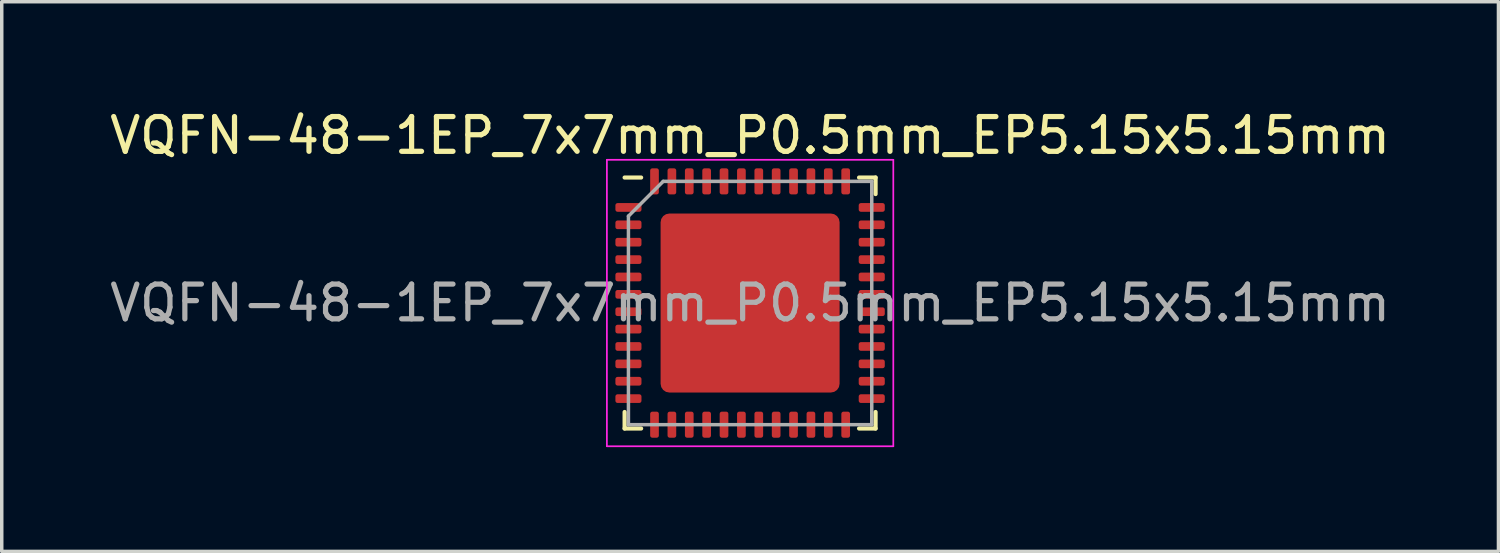
<source format=kicad_pcb>
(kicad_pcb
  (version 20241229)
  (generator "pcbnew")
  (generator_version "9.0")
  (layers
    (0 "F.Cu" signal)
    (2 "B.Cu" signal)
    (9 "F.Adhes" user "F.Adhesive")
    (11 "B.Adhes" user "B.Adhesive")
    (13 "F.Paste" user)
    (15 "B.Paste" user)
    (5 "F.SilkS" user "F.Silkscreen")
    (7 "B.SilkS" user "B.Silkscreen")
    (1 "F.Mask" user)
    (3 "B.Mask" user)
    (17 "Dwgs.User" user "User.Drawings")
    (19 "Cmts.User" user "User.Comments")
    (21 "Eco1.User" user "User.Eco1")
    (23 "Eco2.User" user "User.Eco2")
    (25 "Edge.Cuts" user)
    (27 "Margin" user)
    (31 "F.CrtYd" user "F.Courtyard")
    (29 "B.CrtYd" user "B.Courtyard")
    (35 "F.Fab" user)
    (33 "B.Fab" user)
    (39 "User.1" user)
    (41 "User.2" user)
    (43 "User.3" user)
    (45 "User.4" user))
  (footprint "VQFN-48-1EP_7x7mm_P0.5mm_EP5.15x5.15mm"
    (layer "F.Cu")
    (at 18.53 5.668)
    (property "Reference" "VQFN-48-1EP_7x7mm_P0.5mm_EP5.15x5.15mm" (at 0 -4.82 0) (layer "F.SilkS") (effects (font (size 1 1) (thickness 0.15))))
    (attr smd)
    (fp_line (start -3.61 3.61) (end -3.61 3.135) (stroke (width 0.12) (type solid)) (layer "F.SilkS"))
    (fp_line (start -3.135 -3.61) (end -3.61 -3.61) (stroke (width 0.12) (type solid)) (layer "F.SilkS"))
    (fp_line (start -3.135 3.61) (end -3.61 3.61) (stroke (width 0.12) (type solid)) (layer "F.SilkS"))
    (fp_line (start 3.135 -3.61) (end 3.61 -3.61) (stroke (width 0.12) (type solid)) (layer "F.SilkS"))
    (fp_line (start 3.135 3.61) (end 3.61 3.61) (stroke (width 0.12) (type solid)) (layer "F.SilkS"))
    (fp_line (start 3.61 -3.61) (end 3.61 -3.135) (stroke (width 0.12) (type solid)) (layer "F.SilkS"))
    (fp_line (start 3.61 3.61) (end 3.61 3.135) (stroke (width 0.12) (type solid)) (layer "F.SilkS"))
    (fp_line (start -4.12 -4.12) (end -4.12 4.12) (stroke (width 0.05) (type solid)) (layer "F.CrtYd"))
    (fp_line (start -4.12 4.12) (end 4.12 4.12) (stroke (width 0.05) (type solid)) (layer "F.CrtYd"))
    (fp_line (start 4.12 -4.12) (end -4.12 -4.12) (stroke (width 0.05) (type solid)) (layer "F.CrtYd"))
    (fp_line (start 4.12 4.12) (end 4.12 -4.12) (stroke (width 0.05) (type solid)) (layer "F.CrtYd"))
    (fp_line (start -3.5 -2.5) (end -2.5 -3.5) (stroke (width 0.1) (type solid)) (layer "F.Fab"))
    (fp_line (start -3.5 3.5) (end -3.5 -2.5) (stroke (width 0.1) (type solid)) (layer "F.Fab"))
    (fp_line (start -2.5 -3.5) (end 3.5 -3.5) (stroke (width 0.1) (type solid)) (layer "F.Fab"))
    (fp_line (start 3.5 -3.5) (end 3.5 3.5) (stroke (width 0.1) (type solid)) (layer "F.Fab"))
    (fp_line (start 3.5 3.5) (end -3.5 3.5) (stroke (width 0.1) (type solid)) (layer "F.Fab"))
    (fp_text user "${REFERENCE}" (at 0 0 0) (layer "F.Fab") (effects (font (size 1 1) (thickness 0.15))))
    (pad "" smd roundrect (at -1.29 -1.29) (size 2.08 2.08) (layers "F.Paste") (roundrect_rratio 0.12))
    (pad "" smd roundrect (at -1.29 1.29) (size 2.08 2.08) (layers "F.Paste") (roundrect_rratio 0.12))
    (pad "" smd roundrect (at 1.29 -1.29) (size 2.08 2.08) (layers "F.Paste") (roundrect_rratio 0.12))
    (pad "" smd roundrect (at 1.29 1.29) (size 2.08 2.08) (layers "F.Paste") (roundrect_rratio 0.12))
    (pad "1" smd roundrect (at -3.5 -2.75) (size 0.75 0.25) (layers "F.Cu" "F.Mask" "F.Paste") (roundrect_rratio 0.25))
    (pad "2" smd roundrect (at -3.5 -2.25) (size 0.75 0.25) (layers "F.Cu" "F.Mask" "F.Paste") (roundrect_rratio 0.25))
    (pad "3" smd roundrect (at -3.5 -1.75) (size 0.75 0.25) (layers "F.Cu" "F.Mask" "F.Paste") (roundrect_rratio 0.25))
    (pad "4" smd roundrect (at -3.5 -1.25) (size 0.75 0.25) (layers "F.Cu" "F.Mask" "F.Paste") (roundrect_rratio 0.25))
    (pad "5" smd roundrect (at -3.5 -0.75) (size 0.75 0.25) (layers "F.Cu" "F.Mask" "F.Paste") (roundrect_rratio 0.25))
    (pad "6" smd roundrect (at -3.5 -0.25) (size 0.75 0.25) (layers "F.Cu" "F.Mask" "F.Paste") (roundrect_rratio 0.25))
    (pad "7" smd roundrect (at -3.5 0.25) (size 0.75 0.25) (layers "F.Cu" "F.Mask" "F.Paste") (roundrect_rratio 0.25))
    (pad "8" smd roundrect (at -3.5 0.75) (size 0.75 0.25) (layers "F.Cu" "F.Mask" "F.Paste") (roundrect_rratio 0.25))
    (pad "9" smd roundrect (at -3.5 1.25) (size 0.75 0.25) (layers "F.Cu" "F.Mask" "F.Paste") (roundrect_rratio 0.25))
    (pad "10" smd roundrect (at -3.5 1.75) (size 0.75 0.25) (layers "F.Cu" "F.Mask" "F.Paste") (roundrect_rratio 0.25))
    (pad "11" smd roundrect (at -3.5 2.25) (size 0.75 0.25) (layers "F.Cu" "F.Mask" "F.Paste") (roundrect_rratio 0.25))
    (pad "12" smd roundrect (at -3.5 2.75) (size 0.75 0.25) (layers "F.Cu" "F.Mask" "F.Paste") (roundrect_rratio 0.25))
    (pad "13" smd roundrect (at -2.75 3.5) (size 0.25 0.75) (layers "F.Cu" "F.Mask" "F.Paste") (roundrect_rratio 0.25))
    (pad "14" smd roundrect (at -2.25 3.5) (size 0.25 0.75) (layers "F.Cu" "F.Mask" "F.Paste") (roundrect_rratio 0.25))
    (pad "15" smd roundrect (at -1.75 3.5) (size 0.25 0.75) (layers "F.Cu" "F.Mask" "F.Paste") (roundrect_rratio 0.25))
    (pad "16" smd roundrect (at -1.25 3.5) (size 0.25 0.75) (layers "F.Cu" "F.Mask" "F.Paste") (roundrect_rratio 0.25))
    (pad "17" smd roundrect (at -0.75 3.5) (size 0.25 0.75) (layers "F.Cu" "F.Mask" "F.Paste") (roundrect_rratio 0.25))
    (pad "18" smd roundrect (at -0.25 3.5) (size 0.25 0.75) (layers "F.Cu" "F.Mask" "F.Paste") (roundrect_rratio 0.25))
    (pad "19" smd roundrect (at 0.25 3.5) (size 0.25 0.75) (layers "F.Cu" "F.Mask" "F.Paste") (roundrect_rratio 0.25))
    (pad "20" smd roundrect (at 0.75 3.5) (size 0.25 0.75) (layers "F.Cu" "F.Mask" "F.Paste") (roundrect_rratio 0.25))
    (pad "21" smd roundrect (at 1.25 3.5) (size 0.25 0.75) (layers "F.Cu" "F.Mask" "F.Paste") (roundrect_rratio 0.25))
    (pad "22" smd roundrect (at 1.75 3.5) (size 0.25 0.75) (layers "F.Cu" "F.Mask" "F.Paste") (roundrect_rratio 0.25))
    (pad "23" smd roundrect (at 2.25 3.5) (size 0.25 0.75) (layers "F.Cu" "F.Mask" "F.Paste") (roundrect_rratio 0.25))
    (pad "24" smd roundrect (at 2.75 3.5) (size 0.25 0.75) (layers "F.Cu" "F.Mask" "F.Paste") (roundrect_rratio 0.25))
    (pad "25" smd roundrect (at 3.5 2.75) (size 0.75 0.25) (layers "F.Cu" "F.Mask" "F.Paste") (roundrect_rratio 0.25))
    (pad "26" smd roundrect (at 3.5 2.25) (size 0.75 0.25) (layers "F.Cu" "F.Mask" "F.Paste") (roundrect_rratio 0.25))
    (pad "27" smd roundrect (at 3.5 1.75) (size 0.75 0.25) (layers "F.Cu" "F.Mask" "F.Paste") (roundrect_rratio 0.25))
    (pad "28" smd roundrect (at 3.5 1.25) (size 0.75 0.25) (layers "F.Cu" "F.Mask" "F.Paste") (roundrect_rratio 0.25))
    (pad "29" smd roundrect (at 3.5 0.75) (size 0.75 0.25) (layers "F.Cu" "F.Mask" "F.Paste") (roundrect_rratio 0.25))
    (pad "30" smd roundrect (at 3.5 0.25) (size 0.75 0.25) (layers "F.Cu" "F.Mask" "F.Paste") (roundrect_rratio 0.25))
    (pad "31" smd roundrect (at 3.5 -0.25) (size 0.75 0.25) (layers "F.Cu" "F.Mask" "F.Paste") (roundrect_rratio 0.25))
    (pad "32" smd roundrect (at 3.5 -0.75) (size 0.75 0.25) (layers "F.Cu" "F.Mask" "F.Paste") (roundrect_rratio 0.25))
    (pad "33" smd roundrect (at 3.5 -1.25) (size 0.75 0.25) (layers "F.Cu" "F.Mask" "F.Paste") (roundrect_rratio 0.25))
    (pad "34" smd roundrect (at 3.5 -1.75) (size 0.75 0.25) (layers "F.Cu" "F.Mask" "F.Paste") (roundrect_rratio 0.25))
    (pad "35" smd roundrect (at 3.5 -2.25) (size 0.75 0.25) (layers "F.Cu" "F.Mask" "F.Paste") (roundrect_rratio 0.25))
    (pad "36" smd roundrect (at 3.5 -2.75) (size 0.75 0.25) (layers "F.Cu" "F.Mask" "F.Paste") (roundrect_rratio 0.25))
    (pad "37" smd roundrect (at 2.75 -3.5) (size 0.25 0.75) (layers "F.Cu" "F.Mask" "F.Paste") (roundrect_rratio 0.25))
    (pad "38" smd roundrect (at 2.25 -3.5) (size 0.25 0.75) (layers "F.Cu" "F.Mask" "F.Paste") (roundrect_rratio 0.25))
    (pad "39" smd roundrect (at 1.75 -3.5) (size 0.25 0.75) (layers "F.Cu" "F.Mask" "F.Paste") (roundrect_rratio 0.25))
    (pad "40" smd roundrect (at 1.25 -3.5) (size 0.25 0.75) (layers "F.Cu" "F.Mask" "F.Paste") (roundrect_rratio 0.25))
    (pad "41" smd roundrect (at 0.75 -3.5) (size 0.25 0.75) (layers "F.Cu" "F.Mask" "F.Paste") (roundrect_rratio 0.25))
    (pad "42" smd roundrect (at 0.25 -3.5) (size 0.25 0.75) (layers "F.Cu" "F.Mask" "F.Paste") (roundrect_rratio 0.25))
    (pad "43" smd roundrect (at -0.25 -3.5) (size 0.25 0.75) (layers "F.Cu" "F.Mask" "F.Paste") (roundrect_rratio 0.25))
    (pad "44" smd roundrect (at -0.75 -3.5) (size 0.25 0.75) (layers "F.Cu" "F.Mask" "F.Paste") (roundrect_rratio 0.25))
    (pad "45" smd roundrect (at -1.25 -3.5) (size 0.25 0.75) (layers "F.Cu" "F.Mask" "F.Paste") (roundrect_rratio 0.25))
    (pad "46" smd roundrect (at -1.75 -3.5) (size 0.25 0.75) (layers "F.Cu" "F.Mask" "F.Paste") (roundrect_rratio 0.25))
    (pad "47" smd roundrect (at -2.25 -3.5) (size 0.25 0.75) (layers "F.Cu" "F.Mask" "F.Paste") (roundrect_rratio 0.25))
    (pad "48" smd roundrect (at -2.75 -3.5) (size 0.25 0.75) (layers "F.Cu" "F.Mask" "F.Paste") (roundrect_rratio 0.25))
    (pad "49" smd roundrect (at 0 0) (size 5.15 5.15) (layers "F.Cu" "F.Mask") (roundrect_rratio 0.049)))
  (gr_rect
    (start -3 -3)
    (end 40.06 12.813)
    (stroke (width 0.1) (type default))
    (fill no)
    (layer "Edge.Cuts")))
</source>
